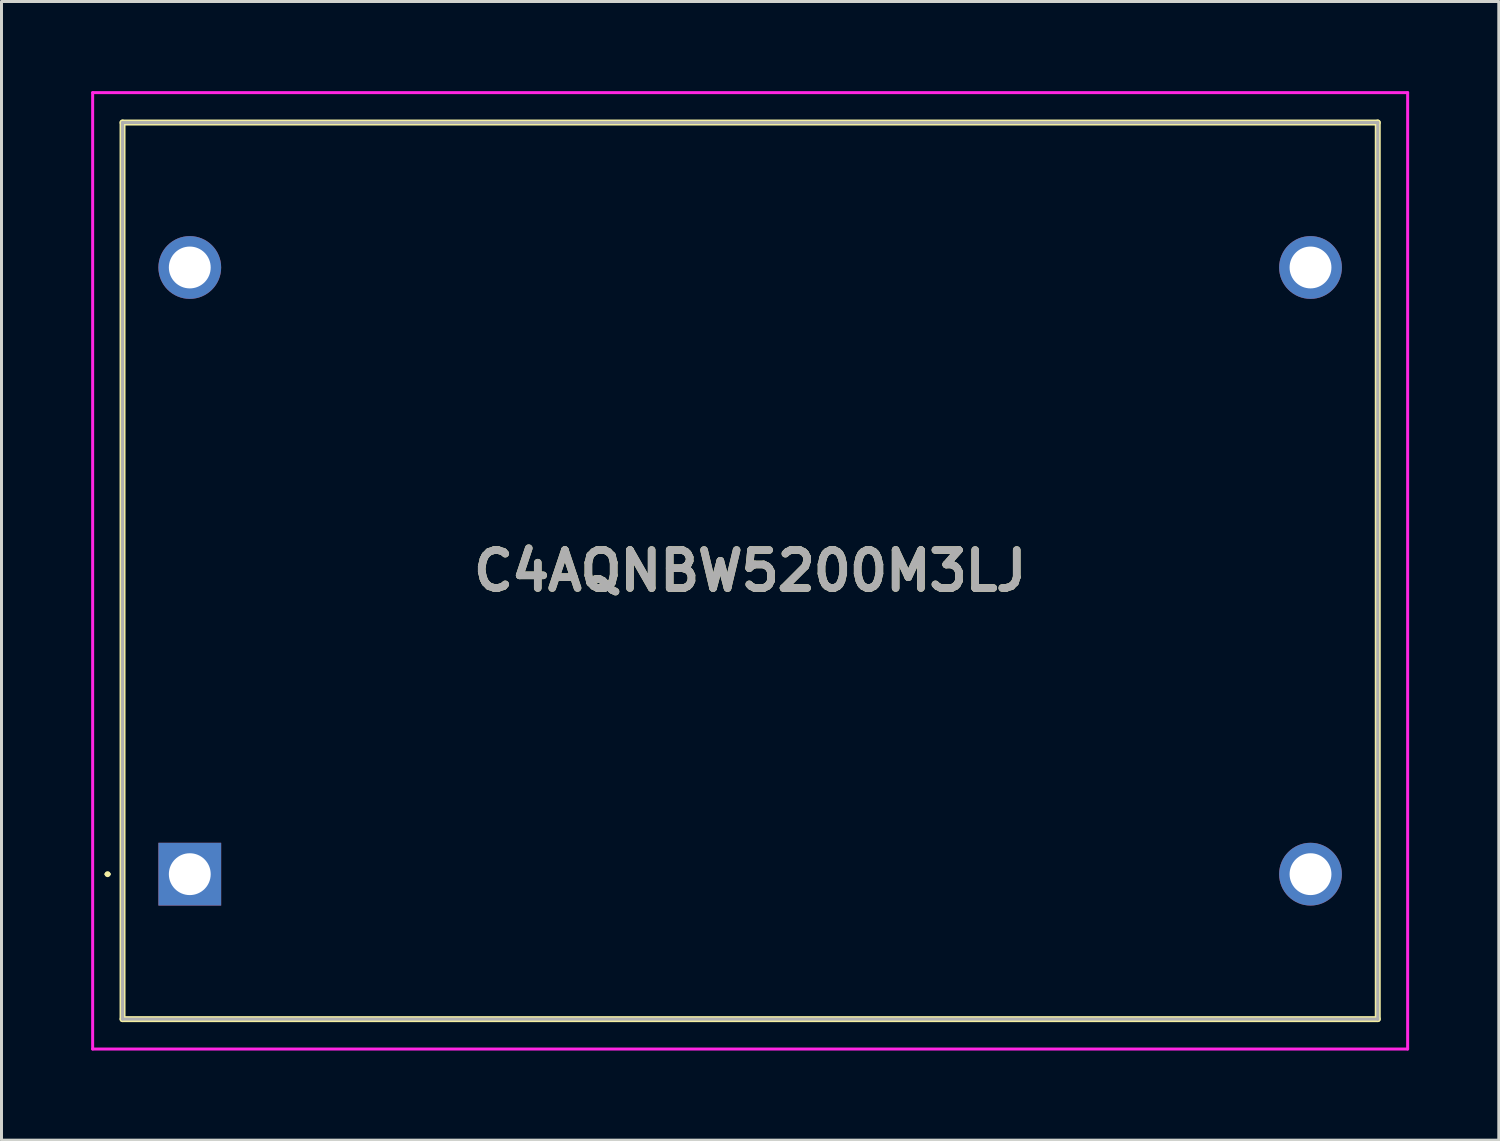
<source format=kicad_pcb>
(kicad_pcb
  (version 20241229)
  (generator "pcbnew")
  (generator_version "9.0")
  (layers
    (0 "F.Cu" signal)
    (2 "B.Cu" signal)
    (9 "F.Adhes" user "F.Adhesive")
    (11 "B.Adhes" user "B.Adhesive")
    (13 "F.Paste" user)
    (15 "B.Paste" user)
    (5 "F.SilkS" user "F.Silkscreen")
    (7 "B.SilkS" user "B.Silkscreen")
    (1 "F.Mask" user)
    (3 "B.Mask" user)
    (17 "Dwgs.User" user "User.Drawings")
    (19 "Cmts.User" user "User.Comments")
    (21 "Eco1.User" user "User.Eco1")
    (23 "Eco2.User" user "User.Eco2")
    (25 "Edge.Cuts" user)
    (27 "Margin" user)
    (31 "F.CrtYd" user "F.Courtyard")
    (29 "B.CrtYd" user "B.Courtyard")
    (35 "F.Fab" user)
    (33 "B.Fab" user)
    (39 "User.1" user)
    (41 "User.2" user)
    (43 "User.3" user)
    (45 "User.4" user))
  (footprint "C4AQNBW5200M3LJ"
    (layer "F.Cu")
    (at 3.3 26.2)
    (property "Reference" "C4AQNBW5200M3LJ" (at 18.75 -10.15 0) (layer "F.SilkS") (effects (font (size 1.27 1.27) (thickness 0.254))))
    (attr through_hole)
    (fp_line (start -2.8 0) (end -2.8 0) (stroke (width 0.1) (type solid)) (layer "F.SilkS"))
    (fp_line (start -2.7 0) (end -2.7 0) (stroke (width 0.1) (type solid)) (layer "F.SilkS"))
    (fp_line (start -2.25 -25.15) (end 39.75 -25.15) (stroke (width 0.2) (type solid)) (layer "F.SilkS"))
    (fp_line (start -2.25 4.85) (end -2.25 -25.15) (stroke (width 0.2) (type solid)) (layer "F.SilkS"))
    (fp_line (start 39.75 -25.15) (end 39.75 4.85) (stroke (width 0.2) (type solid)) (layer "F.SilkS"))
    (fp_line (start 39.75 4.85) (end -2.25 4.85) (stroke (width 0.2) (type solid)) (layer "F.SilkS"))
    (fp_arc (start -2.8 0) (mid -2.75 -0.05) (end -2.7 0) (stroke (width 0.1) (type solid)) (layer "F.SilkS"))
    (fp_arc (start -2.7 0) (mid -2.75 0.05) (end -2.8 0) (stroke (width 0.1) (type solid)) (layer "F.SilkS"))
    (fp_line (start -3.25 -26.15) (end 40.75 -26.15) (stroke (width 0.1) (type solid)) (layer "F.CrtYd"))
    (fp_line (start -3.25 5.85) (end -3.25 -26.15) (stroke (width 0.1) (type solid)) (layer "F.CrtYd"))
    (fp_line (start 40.75 -26.15) (end 40.75 5.85) (stroke (width 0.1) (type solid)) (layer "F.CrtYd"))
    (fp_line (start 40.75 5.85) (end -3.25 5.85) (stroke (width 0.1) (type solid)) (layer "F.CrtYd"))
    (fp_line (start -2.25 -25.15) (end 39.75 -25.15) (stroke (width 0.1) (type solid)) (layer "F.Fab"))
    (fp_line (start -2.25 4.85) (end -2.25 -25.15) (stroke (width 0.1) (type solid)) (layer "F.Fab"))
    (fp_line (start 39.75 -25.15) (end 39.75 4.85) (stroke (width 0.1) (type solid)) (layer "F.Fab"))
    (fp_line (start 39.75 4.85) (end -2.25 4.85) (stroke (width 0.1) (type solid)) (layer "F.Fab"))
    (fp_text user "${REFERENCE}" (at 18.75 -10.15 0) (layer "F.Fab") (effects (font (size 1.27 1.27) (thickness 0.254))))
    (pad "1" thru_hole rect (at 0 0) (size 2.1 2.1) (drill 1.4) (layers "*.Cu" "*.Mask"))
    (pad "2" thru_hole circle (at 37.5 0) (size 2.1 2.1) (drill 1.4) (layers "*.Cu" "*.Mask"))
    (pad "3" thru_hole circle (at 0 -20.3) (size 2.1 2.1) (drill 1.4) (layers "*.Cu" "*.Mask"))
    (pad "4" thru_hole circle (at 37.5 -20.3) (size 2.1 2.1) (drill 1.4) (layers "*.Cu" "*.Mask")))
  (gr_rect
    (start -3 -3)
    (end 47.1 35.1)
    (stroke (width 0.1) (type default))
    (fill no)
    (layer "Edge.Cuts")))
</source>
